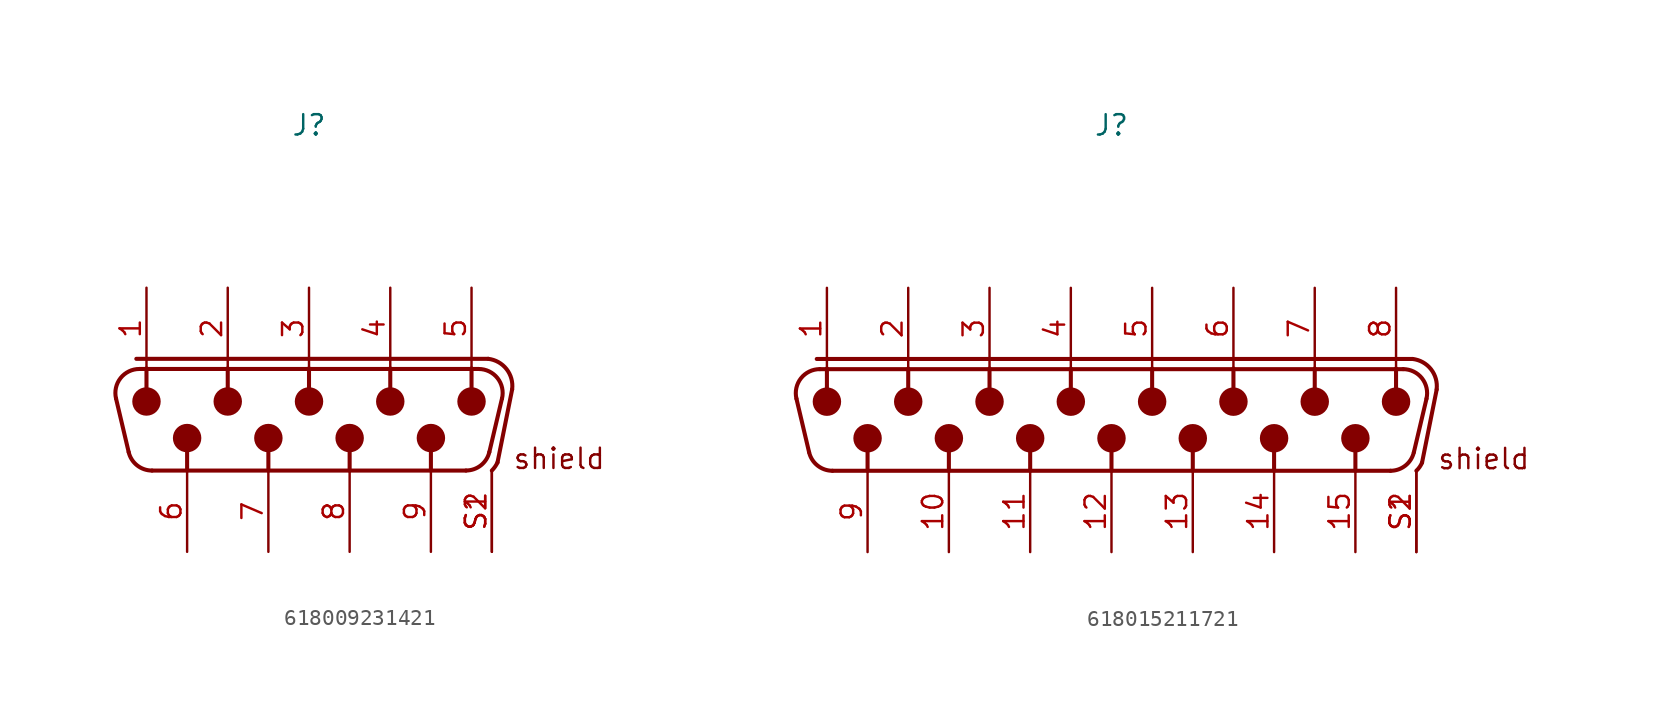
<source format=kicad_sym>
(kicad_symbol_lib
  (version 20241209)
  (generator "kicad_symbol_editor")
  (generator_version "9.0")
  (symbol "618009231421"
    (pin_names
      (hide yes))
    (property "Reference" "J"
      (at 0 17.78 0)
      (effects (font (size 1.27 1.27))))
    (symbol "618009231421_1_0"
      (polyline (pts (xy -11.273 -2.655) (xy -12.064 0.695)) (stroke (width 0.254) (type solid)) (fill (type none)))
      (polyline (pts (xy -10.795 3.175) (xy 11.2 3.175)) (stroke (width 0.254) (type solid)) (fill (type none)))
      (polyline (pts (xy -10.604 2.54) (xy 10.604 2.54)) (stroke (width 0.254) (type solid)) (fill (type none)))
      (arc (start -12.0642 0.695) (mid -11.7807 1.9707) (end -10.6043 2.54) (stroke (width 0.254) (type solid)) (fill (type none)))
      (polyline (pts (xy -10.16 2.58) (xy -10.16 0.4)) (stroke (width 0.254) (type solid)) (fill (type none)))
      (circle (center -10.16 0.508) (radius 0.762) (stroke (width 0.254) (type solid)) (fill (type outline)))
      (arc (start -9.813 -3.81) (mid -10.7438 -3.4862) (end -11.2728 -2.6547) (stroke (width 0.254) (type solid)) (fill (type none)))
      (circle (center -7.62 -1.778) (radius 0.762) (stroke (width 0.254) (type solid)) (fill (type outline)))
      (polyline (pts (xy -7.62 -3.81) (xy -7.62 -1.63)) (stroke (width 0.254) (type solid)) (fill (type none)))
      (polyline (pts (xy -5.08 2.58) (xy -5.08 0.4)) (stroke (width 0.254) (type solid)) (fill (type none)))
      (circle (center -5.08 0.508) (radius 0.762) (stroke (width 0.254) (type solid)) (fill (type outline)))
      (circle (center -2.54 -1.778) (radius 0.762) (stroke (width 0.254) (type solid)) (fill (type outline)))
      (polyline (pts (xy -2.54 -3.81) (xy -2.54 -1.63)) (stroke (width 0.254) (type solid)) (fill (type none)))
      (polyline (pts (xy 0 2.58) (xy 0 0.4)) (stroke (width 0.254) (type solid)) (fill (type none)))
      (circle (center 0 0.508) (radius 0.762) (stroke (width 0.254) (type solid)) (fill (type outline)))
      (circle (center 2.54 -1.778) (radius 0.762) (stroke (width 0.254) (type solid)) (fill (type outline)))
      (polyline (pts (xy 2.54 -3.81) (xy 2.54 -1.63)) (stroke (width 0.254) (type solid)) (fill (type none)))
      (polyline (pts (xy 5.08 2.58) (xy 5.08 0.4)) (stroke (width 0.254) (type solid)) (fill (type none)))
      (circle (center 5.08 0.508) (radius 0.762) (stroke (width 0.254) (type solid)) (fill (type outline)))
      (circle (center 7.62 -1.778) (radius 0.762) (stroke (width 0.254) (type solid)) (fill (type outline)))
      (polyline (pts (xy 7.62 -3.81) (xy 7.62 -1.63)) (stroke (width 0.254) (type solid)) (fill (type none)))
      (arc (start 11.2728 -2.6548) (mid 10.7437 -3.4863) (end 9.8129 -3.81) (stroke (width 0.254) (type solid)) (fill (type none)))
      (polyline (pts (xy 9.813 -3.81) (xy -9.813 -3.81)) (stroke (width 0.254) (type solid)) (fill (type none)))
      (polyline (pts (xy 10.16 2.58) (xy 10.16 0.4)) (stroke (width 0.254) (type solid)) (fill (type none)))
      (circle (center 10.16 0.508) (radius 0.762) (stroke (width 0.254) (type solid)) (fill (type outline)))
      (arc (start 11.7839 -3.3037) (mid 11.6289 -3.5722) (end 11.43 -3.81) (stroke (width 0.254) (type solid)) (fill (type none)))
      (arc (start 10.6043 2.54) (mid 11.7807 1.9707) (end 12.0642 0.695) (stroke (width 0.254) (type solid)) (fill (type none)))
      (arc (start 11.2 3.175) (mid 12.3464 2.5346) (end 12.7 1.27) (stroke (width 0.254) (type solid)) (fill (type none)))
      (polyline (pts (xy 11.784 -3.304) (xy 12.7 1.27)) (stroke (width 0.254) (type solid)) (fill (type none)))
      (polyline (pts (xy 12.064 0.695) (xy 11.273 -2.655)) (stroke (width 0.254) (type solid)) (fill (type none)))
      (pin passive line (at -10.16 7.62 270) (length 5.08) (name "1" (effects (font (size 1.27 1.27)))) (number "1" (effects (font (size 1.27 1.27)))))
      (pin passive line (at -7.62 -8.89 90) (length 5.08) (name "6" (effects (font (size 1.27 1.27)))) (number "6" (effects (font (size 1.27 1.27)))))
      (pin passive line (at -5.08 7.62 270) (length 5.08) (name "2" (effects (font (size 1.27 1.27)))) (number "2" (effects (font (size 1.27 1.27)))))
      (pin passive line (at -2.54 -8.89 90) (length 5.08) (name "7" (effects (font (size 1.27 1.27)))) (number "7" (effects (font (size 1.27 1.27)))))
      (pin passive line (at 0 7.62 270) (length 5.08) (name "3" (effects (font (size 1.27 1.27)))) (number "3" (effects (font (size 1.27 1.27)))))
      (pin passive line (at 2.54 -8.89 90) (length 5.08) (name "8" (effects (font (size 1.27 1.27)))) (number "8" (effects (font (size 1.27 1.27)))))
      (pin passive line (at 5.08 7.62 270) (length 5.08) (name "4" (effects (font (size 1.27 1.27)))) (number "4" (effects (font (size 1.27 1.27)))))
      (pin passive line (at 7.62 -8.89 90) (length 5.08) (name "9" (effects (font (size 1.27 1.27)))) (number "9" (effects (font (size 1.27 1.27)))))
      (pin passive line (at 10.16 7.62 270) (length 5.08) (name "5" (effects (font (size 1.27 1.27)))) (number "5" (effects (font (size 1.27 1.27)))))
      (pin passive line (at 11.43 -8.89 90) (length 5.08) (name "SHIELD" (effects (font (size 1.27 1.27)))) (number "S1" (effects (font (size 1.27 1.27)))))
      (pin passive line (at 11.43 -8.89 90) (length 5.08) (name "SHIELD" (effects (font (size 1.27 1.27)))) (number "S2" (effects (font (size 1.27 1.27))))))
    (symbol "618009231421_1_1"
      (text "shield" (at 12.7 -3.81 0) (effects (font (size 1.27 1.27)) (justify left bottom)))))
  (symbol "618015211721"
    (pin_names
      (hide yes))
    (property "Reference" "J"
      (at 0 17.78 0)
      (effects (font (size 1.27 1.27))))
    (symbol "618015211721_1_0"
      (polyline (pts (xy -18.893 -2.655) (xy -19.684 0.695)) (stroke (width 0.254) (type solid)) (fill (type none)))
      (polyline (pts (xy -18.415 3.175) (xy 18.82 3.175)) (stroke (width 0.254) (type solid)) (fill (type none)))
      (polyline (pts (xy -18.224 2.54) (xy 18.224 2.54)) (stroke (width 0.254) (type solid)) (fill (type none)))
      (arc (start -19.6842 0.695) (mid -19.4007 1.9707) (end -18.2243 2.54) (stroke (width 0.254) (type solid)) (fill (type none)))
      (polyline (pts (xy -17.78 2.58) (xy -17.78 0.4)) (stroke (width 0.254) (type solid)) (fill (type none)))
      (circle (center -17.78 0.508) (radius 0.762) (stroke (width 0.254) (type solid)) (fill (type outline)))
      (arc (start -17.433 -3.81) (mid -18.3638 -3.4862) (end -18.8928 -2.6547) (stroke (width 0.254) (type solid)) (fill (type none)))
      (circle (center -15.24 -1.778) (radius 0.762) (stroke (width 0.254) (type solid)) (fill (type outline)))
      (polyline (pts (xy -15.24 -3.81) (xy -15.24 -1.63)) (stroke (width 0.254) (type solid)) (fill (type none)))
      (polyline (pts (xy -12.7 2.58) (xy -12.7 0.4)) (stroke (width 0.254) (type solid)) (fill (type none)))
      (circle (center -12.7 0.508) (radius 0.762) (stroke (width 0.254) (type solid)) (fill (type outline)))
      (circle (center -10.16 -1.778) (radius 0.762) (stroke (width 0.254) (type solid)) (fill (type outline)))
      (polyline (pts (xy -10.16 -3.81) (xy -10.16 -1.63)) (stroke (width 0.254) (type solid)) (fill (type none)))
      (polyline (pts (xy -7.62 2.58) (xy -7.62 0.4)) (stroke (width 0.254) (type solid)) (fill (type none)))
      (circle (center -7.62 0.508) (radius 0.762) (stroke (width 0.254) (type solid)) (fill (type outline)))
      (circle (center -5.08 -1.778) (radius 0.762) (stroke (width 0.254) (type solid)) (fill (type outline)))
      (polyline (pts (xy -5.08 -3.81) (xy -5.08 -1.63)) (stroke (width 0.254) (type solid)) (fill (type none)))
      (polyline (pts (xy -2.54 2.58) (xy -2.54 0.4)) (stroke (width 0.254) (type solid)) (fill (type none)))
      (circle (center -2.54 0.508) (radius 0.762) (stroke (width 0.254) (type solid)) (fill (type outline)))
      (circle (center 0 -1.778) (radius 0.762) (stroke (width 0.254) (type solid)) (fill (type outline)))
      (polyline (pts (xy 0 -3.81) (xy 0 -1.63)) (stroke (width 0.254) (type solid)) (fill (type none)))
      (polyline (pts (xy 2.54 2.58) (xy 2.54 0.4)) (stroke (width 0.254) (type solid)) (fill (type none)))
      (circle (center 2.54 0.508) (radius 0.762) (stroke (width 0.254) (type solid)) (fill (type outline)))
      (circle (center 5.08 -1.778) (radius 0.762) (stroke (width 0.254) (type solid)) (fill (type outline)))
      (polyline (pts (xy 5.08 -3.81) (xy 5.08 -1.63)) (stroke (width 0.254) (type solid)) (fill (type none)))
      (polyline (pts (xy 7.62 2.58) (xy 7.62 0.4)) (stroke (width 0.254) (type solid)) (fill (type none)))
      (circle (center 7.62 0.508) (radius 0.762) (stroke (width 0.254) (type solid)) (fill (type outline)))
      (circle (center 10.16 -1.778) (radius 0.762) (stroke (width 0.254) (type solid)) (fill (type outline)))
      (polyline (pts (xy 10.16 -3.81) (xy 10.16 -1.63)) (stroke (width 0.254) (type solid)) (fill (type none)))
      (polyline (pts (xy 12.7 2.58) (xy 12.7 0.4)) (stroke (width 0.254) (type solid)) (fill (type none)))
      (circle (center 12.7 0.508) (radius 0.762) (stroke (width 0.254) (type solid)) (fill (type outline)))
      (circle (center 15.24 -1.778) (radius 0.762) (stroke (width 0.254) (type solid)) (fill (type outline)))
      (polyline (pts (xy 15.24 -3.81) (xy 15.24 -1.63)) (stroke (width 0.254) (type solid)) (fill (type none)))
      (arc (start 18.8928 -2.6548) (mid 18.3637 -3.4863) (end 17.4329 -3.81) (stroke (width 0.254) (type solid)) (fill (type none)))
      (polyline (pts (xy 17.433 -3.81) (xy -17.433 -3.81)) (stroke (width 0.254) (type solid)) (fill (type none)))
      (polyline (pts (xy 17.78 2.58) (xy 17.78 0.4)) (stroke (width 0.254) (type solid)) (fill (type none)))
      (circle (center 17.78 0.508) (radius 0.762) (stroke (width 0.254) (type solid)) (fill (type outline)))
      (arc (start 19.4039 -3.3037) (mid 19.2536 -3.5754) (end 19.05 -3.81) (stroke (width 0.254) (type solid)) (fill (type none)))
      (arc (start 18.2243 2.54) (mid 19.4007 1.9707) (end 19.6842 0.695) (stroke (width 0.254) (type solid)) (fill (type none)))
      (arc (start 18.82 3.175) (mid 19.9664 2.5346) (end 20.32 1.27) (stroke (width 0.254) (type solid)) (fill (type none)))
      (polyline (pts (xy 19.404 -3.304) (xy 20.32 1.27)) (stroke (width 0.254) (type solid)) (fill (type none)))
      (polyline (pts (xy 19.684 0.695) (xy 18.893 -2.655)) (stroke (width 0.254) (type solid)) (fill (type none)))
      (pin passive line (at -17.78 7.62 270) (length 5.08) (name "1" (effects (font (size 1.27 1.27)))) (number "1" (effects (font (size 1.27 1.27)))))
      (pin passive line (at -15.24 -8.89 90) (length 5.08) (name "9" (effects (font (size 1.27 1.27)))) (number "9" (effects (font (size 1.27 1.27)))))
      (pin passive line (at -12.7 7.62 270) (length 5.08) (name "2" (effects (font (size 1.27 1.27)))) (number "2" (effects (font (size 1.27 1.27)))))
      (pin passive line (at -10.16 -8.89 90) (length 5.08) (name "10" (effects (font (size 1.27 1.27)))) (number "10" (effects (font (size 1.27 1.27)))))
      (pin passive line (at -7.62 7.62 270) (length 5.08) (name "3" (effects (font (size 1.27 1.27)))) (number "3" (effects (font (size 1.27 1.27)))))
      (pin passive line (at -5.08 -8.89 90) (length 5.08) (name "11" (effects (font (size 1.27 1.27)))) (number "11" (effects (font (size 1.27 1.27)))))
      (pin passive line (at -2.54 7.62 270) (length 5.08) (name "4" (effects (font (size 1.27 1.27)))) (number "4" (effects (font (size 1.27 1.27)))))
      (pin passive line (at 0 -8.89 90) (length 5.08) (name "12" (effects (font (size 1.27 1.27)))) (number "12" (effects (font (size 1.27 1.27)))))
      (pin passive line (at 2.54 7.62 270) (length 5.08) (name "5" (effects (font (size 1.27 1.27)))) (number "5" (effects (font (size 1.27 1.27)))))
      (pin passive line (at 5.08 -8.89 90) (length 5.08) (name "13" (effects (font (size 1.27 1.27)))) (number "13" (effects (font (size 1.27 1.27)))))
      (pin passive line (at 7.62 7.62 270) (length 5.08) (name "6" (effects (font (size 1.27 1.27)))) (number "6" (effects (font (size 1.27 1.27)))))
      (pin passive line (at 10.16 -8.89 90) (length 5.08) (name "14" (effects (font (size 1.27 1.27)))) (number "14" (effects (font (size 1.27 1.27)))))
      (pin passive line (at 12.7 7.62 270) (length 5.08) (name "7" (effects (font (size 1.27 1.27)))) (number "7" (effects (font (size 1.27 1.27)))))
      (pin passive line (at 15.24 -8.89 90) (length 5.08) (name "15" (effects (font (size 1.27 1.27)))) (number "15" (effects (font (size 1.27 1.27)))))
      (pin passive line (at 17.78 7.62 270) (length 5.08) (name "8" (effects (font (size 1.27 1.27)))) (number "8" (effects (font (size 1.27 1.27)))))
      (pin passive line (at 19.05 -8.89 90) (length 5.08) (name "SHIELD" (effects (font (size 1.27 1.27)))) (number "S1" (effects (font (size 1.27 1.27)))))
      (pin passive line (at 19.05 -8.89 90) (length 5.08) (name "SHIELD" (effects (font (size 1.27 1.27)))) (number "S2" (effects (font (size 1.27 1.27))))))
    (symbol "618015211721_1_1"
      (text "shield" (at 20.32 -3.81 0) (effects (font (size 1.27 1.27)) (justify left bottom))))))
</source>
